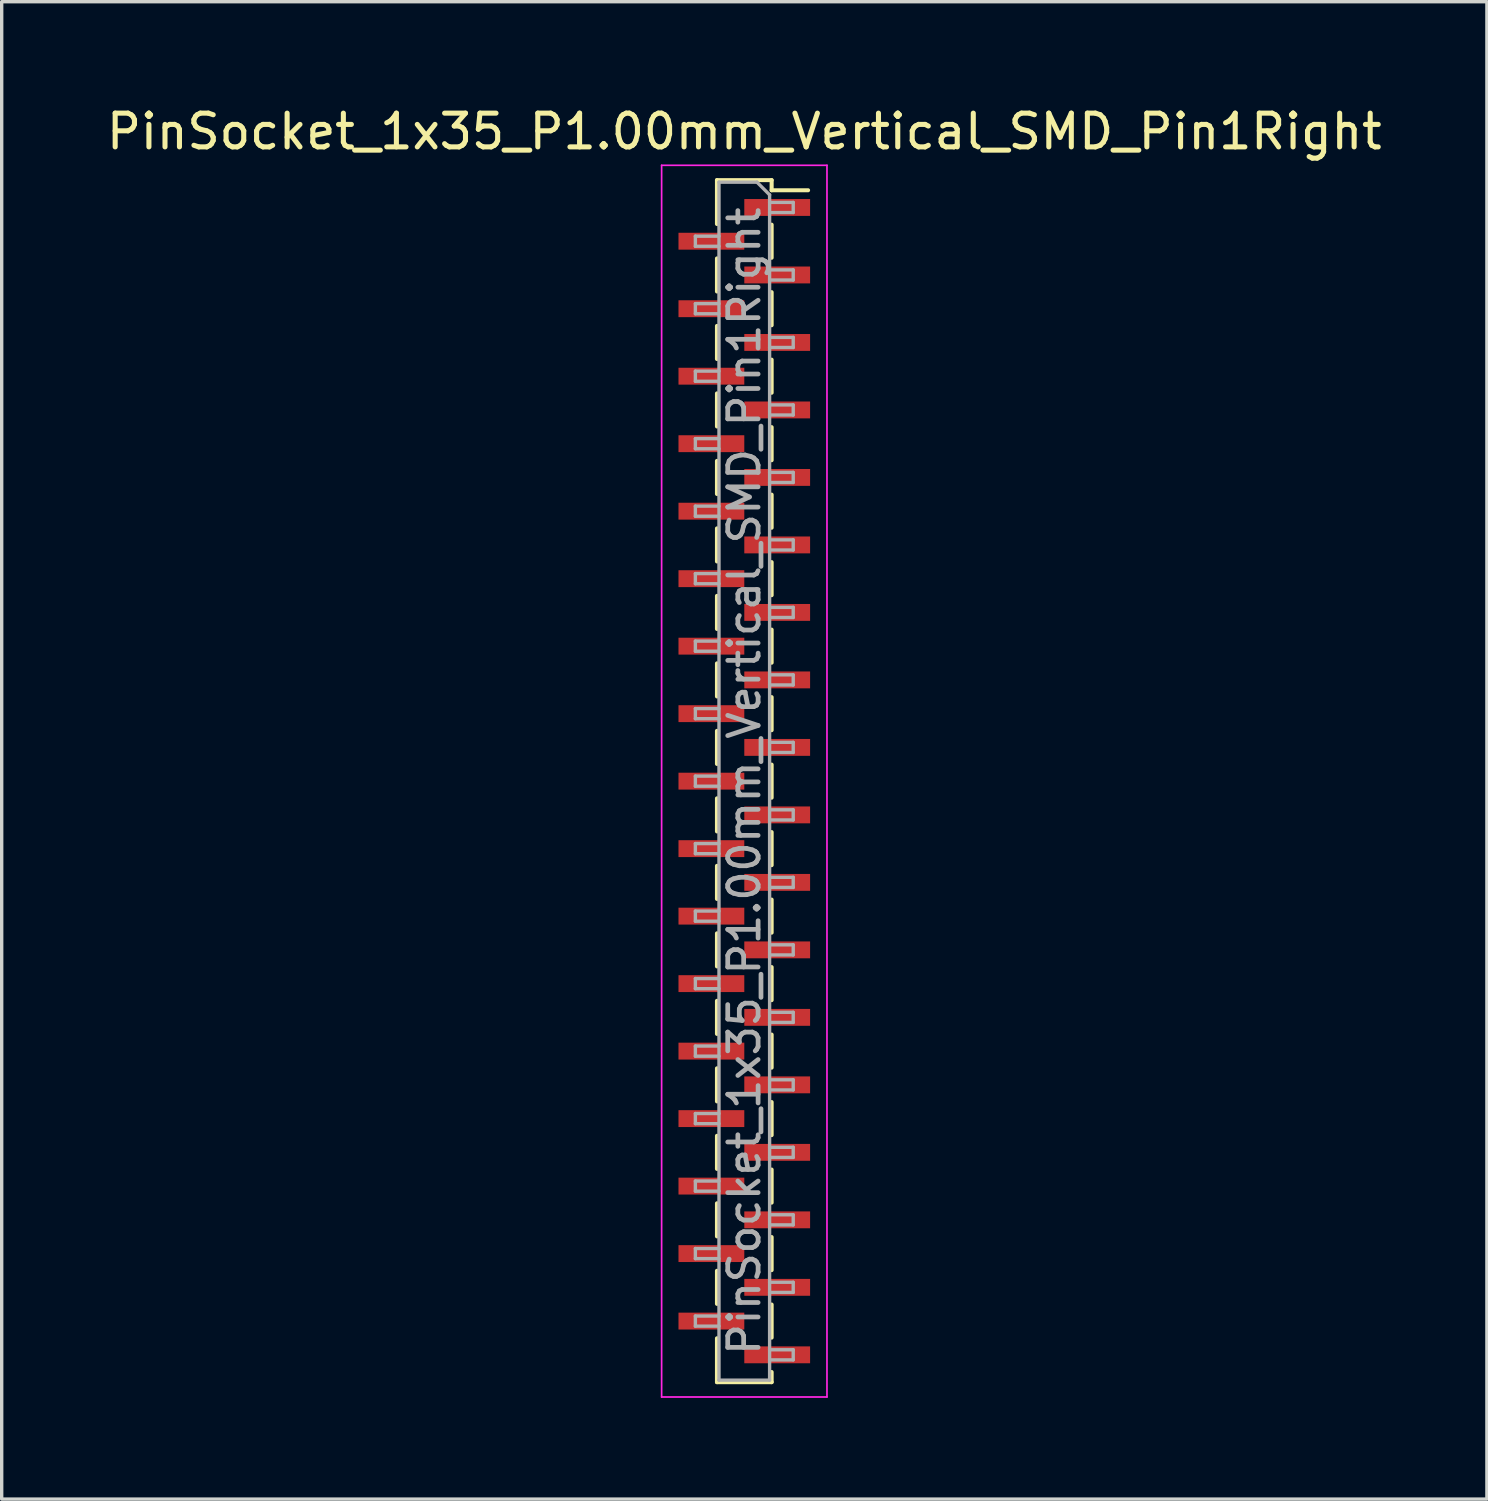
<source format=kicad_pcb>
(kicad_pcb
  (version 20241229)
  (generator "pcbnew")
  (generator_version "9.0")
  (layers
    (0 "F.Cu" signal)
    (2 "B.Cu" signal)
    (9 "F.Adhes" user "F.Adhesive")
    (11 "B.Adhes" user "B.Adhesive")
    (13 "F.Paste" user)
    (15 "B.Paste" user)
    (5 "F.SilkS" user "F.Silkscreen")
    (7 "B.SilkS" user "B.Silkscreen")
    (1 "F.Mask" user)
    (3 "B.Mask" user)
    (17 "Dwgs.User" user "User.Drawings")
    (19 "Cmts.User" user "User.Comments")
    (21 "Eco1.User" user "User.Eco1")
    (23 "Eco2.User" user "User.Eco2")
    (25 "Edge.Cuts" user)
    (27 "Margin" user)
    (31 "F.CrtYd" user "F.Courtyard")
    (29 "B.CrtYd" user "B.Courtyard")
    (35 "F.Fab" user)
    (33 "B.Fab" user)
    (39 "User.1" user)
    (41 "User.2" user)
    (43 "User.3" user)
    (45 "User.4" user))
  (footprint "PinSocket_1x35_P1.00mm_Vertical_SMD_Pin1Right"
    (layer "F.Cu")
    (at 19.006 20.098)
    (property "Reference" "PinSocket_1x35_P1.00mm_Vertical_SMD_Pin1Right" (at 0 -19.25 0) (layer "F.SilkS") (effects (font (size 1 1) (thickness 0.15))))
    (attr smd)
    (fp_line (start -0.81 -17.81) (end -0.81 -16.51) (stroke (width 0.12) (type solid)) (layer "F.SilkS"))
    (fp_line (start -0.81 -17.81) (end 0.81 -17.81) (stroke (width 0.12) (type solid)) (layer "F.SilkS"))
    (fp_line (start -0.81 -15.49) (end -0.81 -14.51) (stroke (width 0.12) (type solid)) (layer "F.SilkS"))
    (fp_line (start -0.81 -13.49) (end -0.81 -12.51) (stroke (width 0.12) (type solid)) (layer "F.SilkS"))
    (fp_line (start -0.81 -11.49) (end -0.81 -10.51) (stroke (width 0.12) (type solid)) (layer "F.SilkS"))
    (fp_line (start -0.81 -9.49) (end -0.81 -8.51) (stroke (width 0.12) (type solid)) (layer "F.SilkS"))
    (fp_line (start -0.81 -7.49) (end -0.81 -6.51) (stroke (width 0.12) (type solid)) (layer "F.SilkS"))
    (fp_line (start -0.81 -5.49) (end -0.81 -4.51) (stroke (width 0.12) (type solid)) (layer "F.SilkS"))
    (fp_line (start -0.81 -3.49) (end -0.81 -2.51) (stroke (width 0.12) (type solid)) (layer "F.SilkS"))
    (fp_line (start -0.81 -1.49) (end -0.81 -0.51) (stroke (width 0.12) (type solid)) (layer "F.SilkS"))
    (fp_line (start -0.81 0.51) (end -0.81 1.49) (stroke (width 0.12) (type solid)) (layer "F.SilkS"))
    (fp_line (start -0.81 2.51) (end -0.81 3.49) (stroke (width 0.12) (type solid)) (layer "F.SilkS"))
    (fp_line (start -0.81 4.51) (end -0.81 5.49) (stroke (width 0.12) (type solid)) (layer "F.SilkS"))
    (fp_line (start -0.81 6.51) (end -0.81 7.49) (stroke (width 0.12) (type solid)) (layer "F.SilkS"))
    (fp_line (start -0.81 8.51) (end -0.81 9.49) (stroke (width 0.12) (type solid)) (layer "F.SilkS"))
    (fp_line (start -0.81 10.51) (end -0.81 11.49) (stroke (width 0.12) (type solid)) (layer "F.SilkS"))
    (fp_line (start -0.81 12.51) (end -0.81 13.49) (stroke (width 0.12) (type solid)) (layer "F.SilkS"))
    (fp_line (start -0.81 14.51) (end -0.81 15.49) (stroke (width 0.12) (type solid)) (layer "F.SilkS"))
    (fp_line (start -0.81 16.51) (end -0.81 17.81) (stroke (width 0.12) (type solid)) (layer "F.SilkS"))
    (fp_line (start -0.81 17.81) (end 0.81 17.81) (stroke (width 0.12) (type solid)) (layer "F.SilkS"))
    (fp_line (start 0.81 -17.81) (end 0.81 -17.51) (stroke (width 0.12) (type solid)) (layer "F.SilkS"))
    (fp_line (start 0.81 -17.51) (end 1.89 -17.51) (stroke (width 0.12) (type solid)) (layer "F.SilkS"))
    (fp_line (start 0.81 -16.49) (end 0.81 -15.51) (stroke (width 0.12) (type solid)) (layer "F.SilkS"))
    (fp_line (start 0.81 -14.49) (end 0.81 -13.51) (stroke (width 0.12) (type solid)) (layer "F.SilkS"))
    (fp_line (start 0.81 -12.49) (end 0.81 -11.51) (stroke (width 0.12) (type solid)) (layer "F.SilkS"))
    (fp_line (start 0.81 -10.49) (end 0.81 -9.51) (stroke (width 0.12) (type solid)) (layer "F.SilkS"))
    (fp_line (start 0.81 -8.49) (end 0.81 -7.51) (stroke (width 0.12) (type solid)) (layer "F.SilkS"))
    (fp_line (start 0.81 -6.49) (end 0.81 -5.51) (stroke (width 0.12) (type solid)) (layer "F.SilkS"))
    (fp_line (start 0.81 -4.49) (end 0.81 -3.51) (stroke (width 0.12) (type solid)) (layer "F.SilkS"))
    (fp_line (start 0.81 -2.49) (end 0.81 -1.51) (stroke (width 0.12) (type solid)) (layer "F.SilkS"))
    (fp_line (start 0.81 -0.49) (end 0.81 0.49) (stroke (width 0.12) (type solid)) (layer "F.SilkS"))
    (fp_line (start 0.81 1.51) (end 0.81 2.49) (stroke (width 0.12) (type solid)) (layer "F.SilkS"))
    (fp_line (start 0.81 3.51) (end 0.81 4.49) (stroke (width 0.12) (type solid)) (layer "F.SilkS"))
    (fp_line (start 0.81 5.51) (end 0.81 6.49) (stroke (width 0.12) (type solid)) (layer "F.SilkS"))
    (fp_line (start 0.81 7.51) (end 0.81 8.49) (stroke (width 0.12) (type solid)) (layer "F.SilkS"))
    (fp_line (start 0.81 9.51) (end 0.81 10.49) (stroke (width 0.12) (type solid)) (layer "F.SilkS"))
    (fp_line (start 0.81 11.51) (end 0.81 12.49) (stroke (width 0.12) (type solid)) (layer "F.SilkS"))
    (fp_line (start 0.81 13.51) (end 0.81 14.49) (stroke (width 0.12) (type solid)) (layer "F.SilkS"))
    (fp_line (start 0.81 15.51) (end 0.81 16.49) (stroke (width 0.12) (type solid)) (layer "F.SilkS"))
    (fp_line (start 0.81 17.51) (end 0.81 17.81) (stroke (width 0.12) (type solid)) (layer "F.SilkS"))
    (fp_line (start -2.45 -18.25) (end 2.45 -18.25) (stroke (width 0.05) (type solid)) (layer "F.CrtYd"))
    (fp_line (start -2.45 18.25) (end -2.45 -18.25) (stroke (width 0.05) (type solid)) (layer "F.CrtYd"))
    (fp_line (start 2.45 -18.25) (end 2.45 18.25) (stroke (width 0.05) (type solid)) (layer "F.CrtYd"))
    (fp_line (start 2.45 18.25) (end -2.45 18.25) (stroke (width 0.05) (type solid)) (layer "F.CrtYd"))
    (fp_line (start -1.45 -16.15) (end -0.75 -16.15) (stroke (width 0.1) (type solid)) (layer "F.Fab"))
    (fp_line (start -1.45 -15.85) (end -1.45 -16.15) (stroke (width 0.1) (type solid)) (layer "F.Fab"))
    (fp_line (start -1.45 -14.15) (end -0.75 -14.15) (stroke (width 0.1) (type solid)) (layer "F.Fab"))
    (fp_line (start -1.45 -13.85) (end -1.45 -14.15) (stroke (width 0.1) (type solid)) (layer "F.Fab"))
    (fp_line (start -1.45 -12.15) (end -0.75 -12.15) (stroke (width 0.1) (type solid)) (layer "F.Fab"))
    (fp_line (start -1.45 -11.85) (end -1.45 -12.15) (stroke (width 0.1) (type solid)) (layer "F.Fab"))
    (fp_line (start -1.45 -10.15) (end -0.75 -10.15) (stroke (width 0.1) (type solid)) (layer "F.Fab"))
    (fp_line (start -1.45 -9.85) (end -1.45 -10.15) (stroke (width 0.1) (type solid)) (layer "F.Fab"))
    (fp_line (start -1.45 -8.15) (end -0.75 -8.15) (stroke (width 0.1) (type solid)) (layer "F.Fab"))
    (fp_line (start -1.45 -7.85) (end -1.45 -8.15) (stroke (width 0.1) (type solid)) (layer "F.Fab"))
    (fp_line (start -1.45 -6.15) (end -0.75 -6.15) (stroke (width 0.1) (type solid)) (layer "F.Fab"))
    (fp_line (start -1.45 -5.85) (end -1.45 -6.15) (stroke (width 0.1) (type solid)) (layer "F.Fab"))
    (fp_line (start -1.45 -4.15) (end -0.75 -4.15) (stroke (width 0.1) (type solid)) (layer "F.Fab"))
    (fp_line (start -1.45 -3.85) (end -1.45 -4.15) (stroke (width 0.1) (type solid)) (layer "F.Fab"))
    (fp_line (start -1.45 -2.15) (end -0.75 -2.15) (stroke (width 0.1) (type solid)) (layer "F.Fab"))
    (fp_line (start -1.45 -1.85) (end -1.45 -2.15) (stroke (width 0.1) (type solid)) (layer "F.Fab"))
    (fp_line (start -1.45 -0.15) (end -0.75 -0.15) (stroke (width 0.1) (type solid)) (layer "F.Fab"))
    (fp_line (start -1.45 0.15) (end -1.45 -0.15) (stroke (width 0.1) (type solid)) (layer "F.Fab"))
    (fp_line (start -1.45 1.85) (end -0.75 1.85) (stroke (width 0.1) (type solid)) (layer "F.Fab"))
    (fp_line (start -1.45 2.15) (end -1.45 1.85) (stroke (width 0.1) (type solid)) (layer "F.Fab"))
    (fp_line (start -1.45 3.85) (end -0.75 3.85) (stroke (width 0.1) (type solid)) (layer "F.Fab"))
    (fp_line (start -1.45 4.15) (end -1.45 3.85) (stroke (width 0.1) (type solid)) (layer "F.Fab"))
    (fp_line (start -1.45 5.85) (end -0.75 5.85) (stroke (width 0.1) (type solid)) (layer "F.Fab"))
    (fp_line (start -1.45 6.15) (end -1.45 5.85) (stroke (width 0.1) (type solid)) (layer "F.Fab"))
    (fp_line (start -1.45 7.85) (end -0.75 7.85) (stroke (width 0.1) (type solid)) (layer "F.Fab"))
    (fp_line (start -1.45 8.15) (end -1.45 7.85) (stroke (width 0.1) (type solid)) (layer "F.Fab"))
    (fp_line (start -1.45 9.85) (end -0.75 9.85) (stroke (width 0.1) (type solid)) (layer "F.Fab"))
    (fp_line (start -1.45 10.15) (end -1.45 9.85) (stroke (width 0.1) (type solid)) (layer "F.Fab"))
    (fp_line (start -1.45 11.85) (end -0.75 11.85) (stroke (width 0.1) (type solid)) (layer "F.Fab"))
    (fp_line (start -1.45 12.15) (end -1.45 11.85) (stroke (width 0.1) (type solid)) (layer "F.Fab"))
    (fp_line (start -1.45 13.85) (end -0.75 13.85) (stroke (width 0.1) (type solid)) (layer "F.Fab"))
    (fp_line (start -1.45 14.15) (end -1.45 13.85) (stroke (width 0.1) (type solid)) (layer "F.Fab"))
    (fp_line (start -1.45 15.85) (end -0.75 15.85) (stroke (width 0.1) (type solid)) (layer "F.Fab"))
    (fp_line (start -1.45 16.15) (end -1.45 15.85) (stroke (width 0.1) (type solid)) (layer "F.Fab"))
    (fp_line (start -0.75 -17.75) (end 0.375 -17.75) (stroke (width 0.1) (type solid)) (layer "F.Fab"))
    (fp_line (start -0.75 -15.85) (end -1.45 -15.85) (stroke (width 0.1) (type solid)) (layer "F.Fab"))
    (fp_line (start -0.75 -13.85) (end -1.45 -13.85) (stroke (width 0.1) (type solid)) (layer "F.Fab"))
    (fp_line (start -0.75 -11.85) (end -1.45 -11.85) (stroke (width 0.1) (type solid)) (layer "F.Fab"))
    (fp_line (start -0.75 -9.85) (end -1.45 -9.85) (stroke (width 0.1) (type solid)) (layer "F.Fab"))
    (fp_line (start -0.75 -7.85) (end -1.45 -7.85) (stroke (width 0.1) (type solid)) (layer "F.Fab"))
    (fp_line (start -0.75 -5.85) (end -1.45 -5.85) (stroke (width 0.1) (type solid)) (layer "F.Fab"))
    (fp_line (start -0.75 -3.85) (end -1.45 -3.85) (stroke (width 0.1) (type solid)) (layer "F.Fab"))
    (fp_line (start -0.75 -1.85) (end -1.45 -1.85) (stroke (width 0.1) (type solid)) (layer "F.Fab"))
    (fp_line (start -0.75 0.15) (end -1.45 0.15) (stroke (width 0.1) (type solid)) (layer "F.Fab"))
    (fp_line (start -0.75 2.15) (end -1.45 2.15) (stroke (width 0.1) (type solid)) (layer "F.Fab"))
    (fp_line (start -0.75 4.15) (end -1.45 4.15) (stroke (width 0.1) (type solid)) (layer "F.Fab"))
    (fp_line (start -0.75 6.15) (end -1.45 6.15) (stroke (width 0.1) (type solid)) (layer "F.Fab"))
    (fp_line (start -0.75 8.15) (end -1.45 8.15) (stroke (width 0.1) (type solid)) (layer "F.Fab"))
    (fp_line (start -0.75 10.15) (end -1.45 10.15) (stroke (width 0.1) (type solid)) (layer "F.Fab"))
    (fp_line (start -0.75 12.15) (end -1.45 12.15) (stroke (width 0.1) (type solid)) (layer "F.Fab"))
    (fp_line (start -0.75 14.15) (end -1.45 14.15) (stroke (width 0.1) (type solid)) (layer "F.Fab"))
    (fp_line (start -0.75 16.15) (end -1.45 16.15) (stroke (width 0.1) (type solid)) (layer "F.Fab"))
    (fp_line (start -0.75 17.75) (end -0.75 -17.75) (stroke (width 0.1) (type solid)) (layer "F.Fab"))
    (fp_line (start 0.375 -17.75) (end 0.75 -17.375) (stroke (width 0.1) (type solid)) (layer "F.Fab"))
    (fp_line (start 0.75 -17.375) (end 0.75 17.75) (stroke (width 0.1) (type solid)) (layer "F.Fab"))
    (fp_line (start 0.75 -17.15) (end 1.45 -17.15) (stroke (width 0.1) (type solid)) (layer "F.Fab"))
    (fp_line (start 0.75 -15.15) (end 1.45 -15.15) (stroke (width 0.1) (type solid)) (layer "F.Fab"))
    (fp_line (start 0.75 -13.15) (end 1.45 -13.15) (stroke (width 0.1) (type solid)) (layer "F.Fab"))
    (fp_line (start 0.75 -11.15) (end 1.45 -11.15) (stroke (width 0.1) (type solid)) (layer "F.Fab"))
    (fp_line (start 0.75 -9.15) (end 1.45 -9.15) (stroke (width 0.1) (type solid)) (layer "F.Fab"))
    (fp_line (start 0.75 -7.15) (end 1.45 -7.15) (stroke (width 0.1) (type solid)) (layer "F.Fab"))
    (fp_line (start 0.75 -5.15) (end 1.45 -5.15) (stroke (width 0.1) (type solid)) (layer "F.Fab"))
    (fp_line (start 0.75 -3.15) (end 1.45 -3.15) (stroke (width 0.1) (type solid)) (layer "F.Fab"))
    (fp_line (start 0.75 -1.15) (end 1.45 -1.15) (stroke (width 0.1) (type solid)) (layer "F.Fab"))
    (fp_line (start 0.75 0.85) (end 1.45 0.85) (stroke (width 0.1) (type solid)) (layer "F.Fab"))
    (fp_line (start 0.75 2.85) (end 1.45 2.85) (stroke (width 0.1) (type solid)) (layer "F.Fab"))
    (fp_line (start 0.75 4.85) (end 1.45 4.85) (stroke (width 0.1) (type solid)) (layer "F.Fab"))
    (fp_line (start 0.75 6.85) (end 1.45 6.85) (stroke (width 0.1) (type solid)) (layer "F.Fab"))
    (fp_line (start 0.75 8.85) (end 1.45 8.85) (stroke (width 0.1) (type solid)) (layer "F.Fab"))
    (fp_line (start 0.75 10.85) (end 1.45 10.85) (stroke (width 0.1) (type solid)) (layer "F.Fab"))
    (fp_line (start 0.75 12.85) (end 1.45 12.85) (stroke (width 0.1) (type solid)) (layer "F.Fab"))
    (fp_line (start 0.75 14.85) (end 1.45 14.85) (stroke (width 0.1) (type solid)) (layer "F.Fab"))
    (fp_line (start 0.75 16.85) (end 1.45 16.85) (stroke (width 0.1) (type solid)) (layer "F.Fab"))
    (fp_line (start 0.75 17.75) (end -0.75 17.75) (stroke (width 0.1) (type solid)) (layer "F.Fab"))
    (fp_line (start 1.45 -17.15) (end 1.45 -16.85) (stroke (width 0.1) (type solid)) (layer "F.Fab"))
    (fp_line (start 1.45 -16.85) (end 0.75 -16.85) (stroke (width 0.1) (type solid)) (layer "F.Fab"))
    (fp_line (start 1.45 -15.15) (end 1.45 -14.85) (stroke (width 0.1) (type solid)) (layer "F.Fab"))
    (fp_line (start 1.45 -14.85) (end 0.75 -14.85) (stroke (width 0.1) (type solid)) (layer "F.Fab"))
    (fp_line (start 1.45 -13.15) (end 1.45 -12.85) (stroke (width 0.1) (type solid)) (layer "F.Fab"))
    (fp_line (start 1.45 -12.85) (end 0.75 -12.85) (stroke (width 0.1) (type solid)) (layer "F.Fab"))
    (fp_line (start 1.45 -11.15) (end 1.45 -10.85) (stroke (width 0.1) (type solid)) (layer "F.Fab"))
    (fp_line (start 1.45 -10.85) (end 0.75 -10.85) (stroke (width 0.1) (type solid)) (layer "F.Fab"))
    (fp_line (start 1.45 -9.15) (end 1.45 -8.85) (stroke (width 0.1) (type solid)) (layer "F.Fab"))
    (fp_line (start 1.45 -8.85) (end 0.75 -8.85) (stroke (width 0.1) (type solid)) (layer "F.Fab"))
    (fp_line (start 1.45 -7.15) (end 1.45 -6.85) (stroke (width 0.1) (type solid)) (layer "F.Fab"))
    (fp_line (start 1.45 -6.85) (end 0.75 -6.85) (stroke (width 0.1) (type solid)) (layer "F.Fab"))
    (fp_line (start 1.45 -5.15) (end 1.45 -4.85) (stroke (width 0.1) (type solid)) (layer "F.Fab"))
    (fp_line (start 1.45 -4.85) (end 0.75 -4.85) (stroke (width 0.1) (type solid)) (layer "F.Fab"))
    (fp_line (start 1.45 -3.15) (end 1.45 -2.85) (stroke (width 0.1) (type solid)) (layer "F.Fab"))
    (fp_line (start 1.45 -2.85) (end 0.75 -2.85) (stroke (width 0.1) (type solid)) (layer "F.Fab"))
    (fp_line (start 1.45 -1.15) (end 1.45 -0.85) (stroke (width 0.1) (type solid)) (layer "F.Fab"))
    (fp_line (start 1.45 -0.85) (end 0.75 -0.85) (stroke (width 0.1) (type solid)) (layer "F.Fab"))
    (fp_line (start 1.45 0.85) (end 1.45 1.15) (stroke (width 0.1) (type solid)) (layer "F.Fab"))
    (fp_line (start 1.45 1.15) (end 0.75 1.15) (stroke (width 0.1) (type solid)) (layer "F.Fab"))
    (fp_line (start 1.45 2.85) (end 1.45 3.15) (stroke (width 0.1) (type solid)) (layer "F.Fab"))
    (fp_line (start 1.45 3.15) (end 0.75 3.15) (stroke (width 0.1) (type solid)) (layer "F.Fab"))
    (fp_line (start 1.45 4.85) (end 1.45 5.15) (stroke (width 0.1) (type solid)) (layer "F.Fab"))
    (fp_line (start 1.45 5.15) (end 0.75 5.15) (stroke (width 0.1) (type solid)) (layer "F.Fab"))
    (fp_line (start 1.45 6.85) (end 1.45 7.15) (stroke (width 0.1) (type solid)) (layer "F.Fab"))
    (fp_line (start 1.45 7.15) (end 0.75 7.15) (stroke (width 0.1) (type solid)) (layer "F.Fab"))
    (fp_line (start 1.45 8.85) (end 1.45 9.15) (stroke (width 0.1) (type solid)) (layer "F.Fab"))
    (fp_line (start 1.45 9.15) (end 0.75 9.15) (stroke (width 0.1) (type solid)) (layer "F.Fab"))
    (fp_line (start 1.45 10.85) (end 1.45 11.15) (stroke (width 0.1) (type solid)) (layer "F.Fab"))
    (fp_line (start 1.45 11.15) (end 0.75 11.15) (stroke (width 0.1) (type solid)) (layer "F.Fab"))
    (fp_line (start 1.45 12.85) (end 1.45 13.15) (stroke (width 0.1) (type solid)) (layer "F.Fab"))
    (fp_line (start 1.45 13.15) (end 0.75 13.15) (stroke (width 0.1) (type solid)) (layer "F.Fab"))
    (fp_line (start 1.45 14.85) (end 1.45 15.15) (stroke (width 0.1) (type solid)) (layer "F.Fab"))
    (fp_line (start 1.45 15.15) (end 0.75 15.15) (stroke (width 0.1) (type solid)) (layer "F.Fab"))
    (fp_line (start 1.45 16.85) (end 1.45 17.15) (stroke (width 0.1) (type solid)) (layer "F.Fab"))
    (fp_line (start 1.45 17.15) (end 0.75 17.15) (stroke (width 0.1) (type solid)) (layer "F.Fab"))
    (fp_text user "${REFERENCE}" (at 0 0 90) (layer "F.Fab") (effects (font (size 0.9 0.9) (thickness 0.14))))
    (pad "1" smd rect (at 0.975 -17) (size 1.95 0.5) (layers "F.Cu" "F.Mask" "F.Paste"))
    (pad "2" smd rect (at -0.975 -16) (size 1.95 0.5) (layers "F.Cu" "F.Mask" "F.Paste"))
    (pad "3" smd rect (at 0.975 -15) (size 1.95 0.5) (layers "F.Cu" "F.Mask" "F.Paste"))
    (pad "4" smd rect (at -0.975 -14) (size 1.95 0.5) (layers "F.Cu" "F.Mask" "F.Paste"))
    (pad "5" smd rect (at 0.975 -13) (size 1.95 0.5) (layers "F.Cu" "F.Mask" "F.Paste"))
    (pad "6" smd rect (at -0.975 -12) (size 1.95 0.5) (layers "F.Cu" "F.Mask" "F.Paste"))
    (pad "7" smd rect (at 0.975 -11) (size 1.95 0.5) (layers "F.Cu" "F.Mask" "F.Paste"))
    (pad "8" smd rect (at -0.975 -10) (size 1.95 0.5) (layers "F.Cu" "F.Mask" "F.Paste"))
    (pad "9" smd rect (at 0.975 -9) (size 1.95 0.5) (layers "F.Cu" "F.Mask" "F.Paste"))
    (pad "10" smd rect (at -0.975 -8) (size 1.95 0.5) (layers "F.Cu" "F.Mask" "F.Paste"))
    (pad "11" smd rect (at 0.975 -7) (size 1.95 0.5) (layers "F.Cu" "F.Mask" "F.Paste"))
    (pad "12" smd rect (at -0.975 -6) (size 1.95 0.5) (layers "F.Cu" "F.Mask" "F.Paste"))
    (pad "13" smd rect (at 0.975 -5) (size 1.95 0.5) (layers "F.Cu" "F.Mask" "F.Paste"))
    (pad "14" smd rect (at -0.975 -4) (size 1.95 0.5) (layers "F.Cu" "F.Mask" "F.Paste"))
    (pad "15" smd rect (at 0.975 -3) (size 1.95 0.5) (layers "F.Cu" "F.Mask" "F.Paste"))
    (pad "16" smd rect (at -0.975 -2) (size 1.95 0.5) (layers "F.Cu" "F.Mask" "F.Paste"))
    (pad "17" smd rect (at 0.975 -1) (size 1.95 0.5) (layers "F.Cu" "F.Mask" "F.Paste"))
    (pad "18" smd rect (at -0.975 0) (size 1.95 0.5) (layers "F.Cu" "F.Mask" "F.Paste"))
    (pad "19" smd rect (at 0.975 1) (size 1.95 0.5) (layers "F.Cu" "F.Mask" "F.Paste"))
    (pad "20" smd rect (at -0.975 2) (size 1.95 0.5) (layers "F.Cu" "F.Mask" "F.Paste"))
    (pad "21" smd rect (at 0.975 3) (size 1.95 0.5) (layers "F.Cu" "F.Mask" "F.Paste"))
    (pad "22" smd rect (at -0.975 4) (size 1.95 0.5) (layers "F.Cu" "F.Mask" "F.Paste"))
    (pad "23" smd rect (at 0.975 5) (size 1.95 0.5) (layers "F.Cu" "F.Mask" "F.Paste"))
    (pad "24" smd rect (at -0.975 6) (size 1.95 0.5) (layers "F.Cu" "F.Mask" "F.Paste"))
    (pad "25" smd rect (at 0.975 7) (size 1.95 0.5) (layers "F.Cu" "F.Mask" "F.Paste"))
    (pad "26" smd rect (at -0.975 8) (size 1.95 0.5) (layers "F.Cu" "F.Mask" "F.Paste"))
    (pad "27" smd rect (at 0.975 9) (size 1.95 0.5) (layers "F.Cu" "F.Mask" "F.Paste"))
    (pad "28" smd rect (at -0.975 10) (size 1.95 0.5) (layers "F.Cu" "F.Mask" "F.Paste"))
    (pad "29" smd rect (at 0.975 11) (size 1.95 0.5) (layers "F.Cu" "F.Mask" "F.Paste"))
    (pad "30" smd rect (at -0.975 12) (size 1.95 0.5) (layers "F.Cu" "F.Mask" "F.Paste"))
    (pad "31" smd rect (at 0.975 13) (size 1.95 0.5) (layers "F.Cu" "F.Mask" "F.Paste"))
    (pad "32" smd rect (at -0.975 14) (size 1.95 0.5) (layers "F.Cu" "F.Mask" "F.Paste"))
    (pad "33" smd rect (at 0.975 15) (size 1.95 0.5) (layers "F.Cu" "F.Mask" "F.Paste"))
    (pad "34" smd rect (at -0.975 16) (size 1.95 0.5) (layers "F.Cu" "F.Mask" "F.Paste"))
    (pad "35" smd rect (at 0.975 17) (size 1.95 0.5) (layers "F.Cu" "F.Mask" "F.Paste")))
  (gr_rect
    (start -3 -3)
    (end 41.012 41.373)
    (stroke (width 0.1) (type default))
    (fill no)
    (layer "Edge.Cuts")))
</source>
